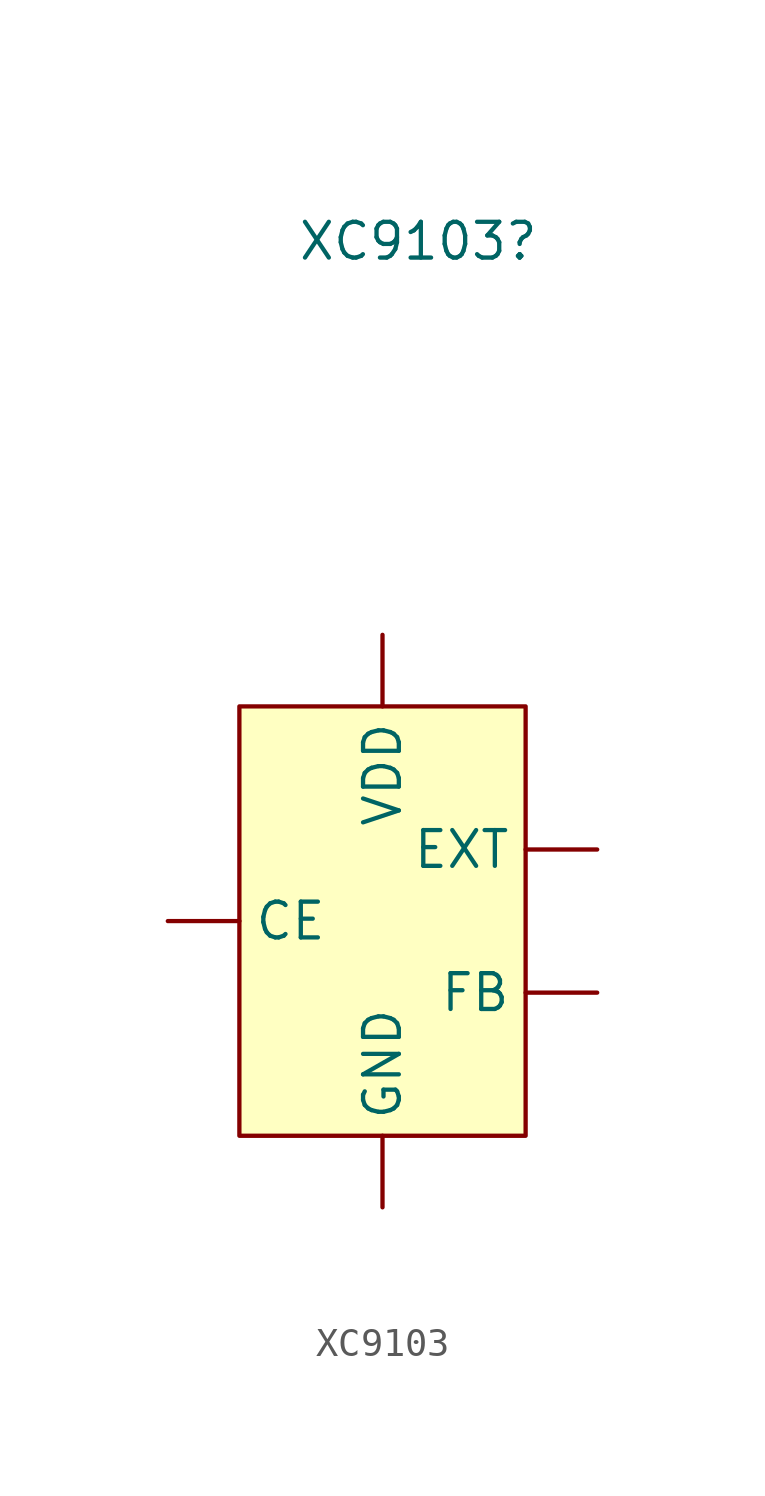
<source format=kicad_sym>
(kicad_symbol_lib
  (version 20220914)
  (generator kicad_symbol_editor)
  (symbol "XC9103"
    (property "Reference" "XC9103"
      (at -11.43 8.89 0)
      (effects (font (size 1.27 1.27))))
    (property "Value" ""
      (at -8.89 -8.89 90)
      (effects (font (size 1.27 1.27))))
    (symbol "XC9103_1_1"
      (rectangle (start -17.78 -7.62) (end -7.62 -22.86) (stroke (width 0) (type default)) (fill (type background)))
      (pin input line (at -20.32 -15.24 0) (length 2.54) (name "CE" (effects (font (size 1.27 1.27)))) (number "" (effects (font (size 1.27 1.27)))))
      (pin output line (at -5.08 -12.7 180) (length 2.54) (name "EXT" (effects (font (size 1.27 1.27)))) (number "" (effects (font (size 1.27 1.27)))))
      (pin unspecified line (at -5.08 -17.78 180) (length 2.54) (name "FB" (effects (font (size 1.27 1.27)))) (number "" (effects (font (size 1.27 1.27)))))
      (pin power_out line (at -12.7 -25.4 90) (length 2.54) (name "GND" (effects (font (size 1.27 1.27)))) (number "" (effects (font (size 1.27 1.27)))))
      (pin power_in line (at -12.7 -5.08 270) (length 2.54) (name "VDD" (effects (font (size 1.27 1.27)))) (number "" (effects (font (size 1.27 1.27))))))))
</source>
